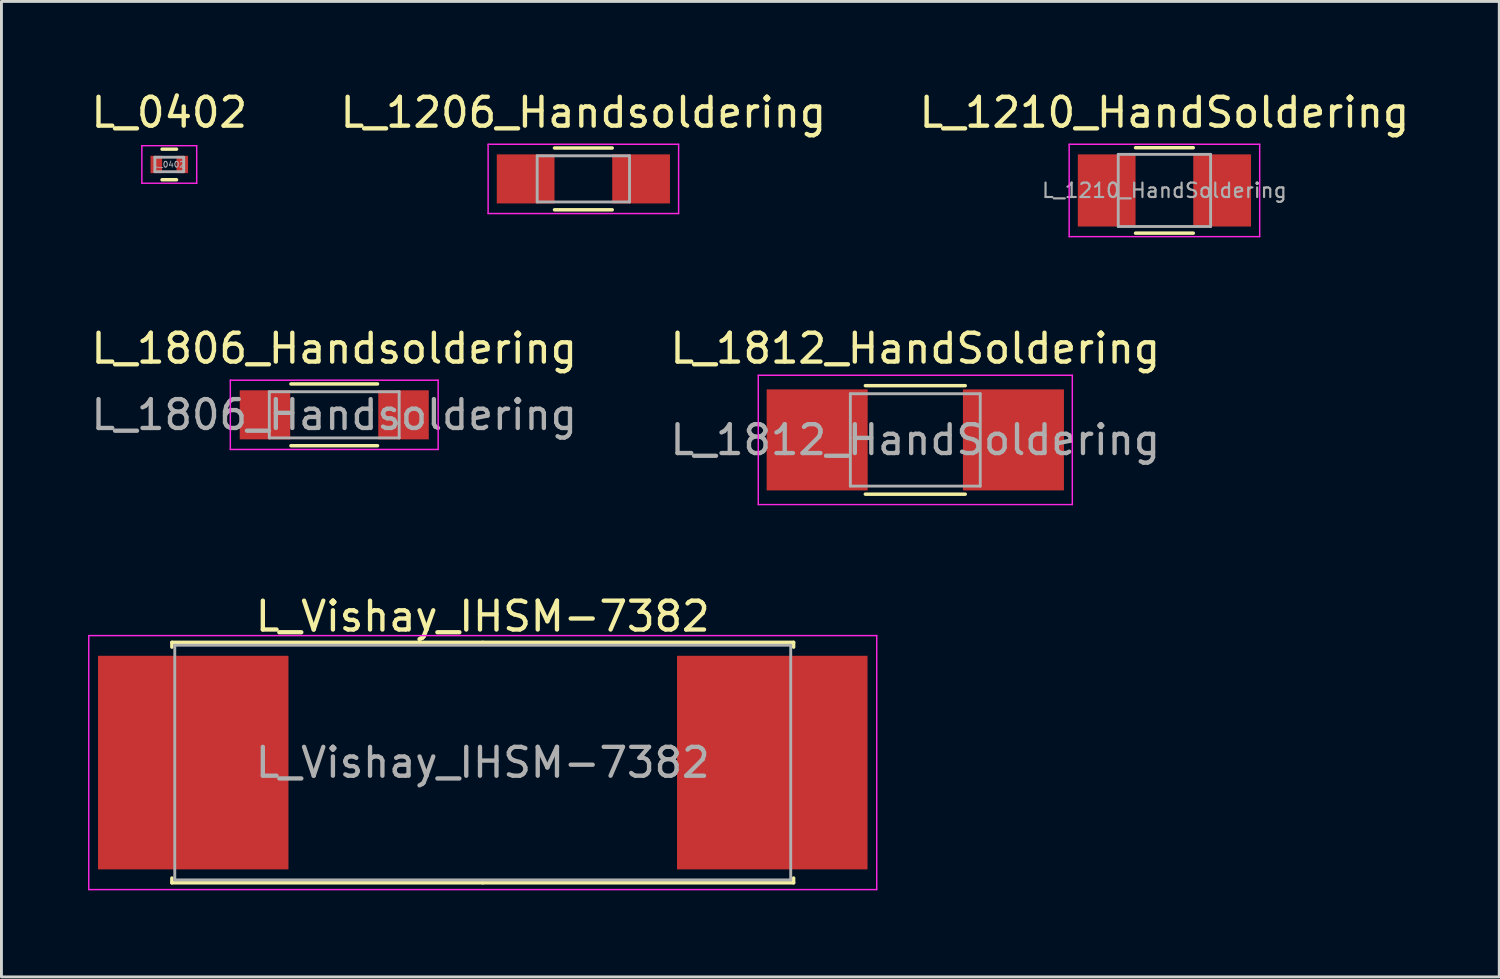
<source format=kicad_pcb>
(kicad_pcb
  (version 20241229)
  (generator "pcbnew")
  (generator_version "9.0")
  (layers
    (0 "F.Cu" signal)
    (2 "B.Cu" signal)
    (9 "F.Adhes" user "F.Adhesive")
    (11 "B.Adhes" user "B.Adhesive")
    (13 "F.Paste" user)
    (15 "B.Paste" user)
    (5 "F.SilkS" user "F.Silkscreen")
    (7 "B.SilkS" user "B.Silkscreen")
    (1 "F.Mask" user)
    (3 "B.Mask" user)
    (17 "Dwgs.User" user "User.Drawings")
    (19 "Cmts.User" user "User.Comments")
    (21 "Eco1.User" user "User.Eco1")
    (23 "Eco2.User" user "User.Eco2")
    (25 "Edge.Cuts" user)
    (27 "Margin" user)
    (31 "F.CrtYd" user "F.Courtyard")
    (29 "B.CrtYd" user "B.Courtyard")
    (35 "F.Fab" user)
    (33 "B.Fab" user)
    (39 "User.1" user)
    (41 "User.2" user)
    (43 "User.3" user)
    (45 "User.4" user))
  (footprint "L_1206_Handsoldering"
    (layer "F.Cu")
    (at 17.161 3.148)
    (property "Reference" "L_1206_Handsoldering" (at 0 -2.3 0) (layer "F.SilkS") (effects (font (size 1 1) (thickness 0.15))))
    (attr smd)
    (fp_line (start -1 -1.07) (end 1 -1.07) (stroke (width 0.12) (type solid)) (layer "F.SilkS"))
    (fp_line (start 1 1.07) (end -1 1.07) (stroke (width 0.12) (type solid)) (layer "F.SilkS"))
    (fp_line (start -3.3 -1.2) (end -3.3 1.2) (stroke (width 0.05) (type solid)) (layer "F.CrtYd"))
    (fp_line (start -3.3 -1.2) (end 3.3 -1.2) (stroke (width 0.05) (type solid)) (layer "F.CrtYd"))
    (fp_line (start -3.3 1.2) (end 3.3 1.2) (stroke (width 0.05) (type solid)) (layer "F.CrtYd"))
    (fp_line (start 3.3 -1.2) (end 3.3 1.2) (stroke (width 0.05) (type solid)) (layer "F.CrtYd"))
    (fp_line (start -1.6 -0.8) (end 1.6 -0.8) (stroke (width 0.1) (type solid)) (layer "F.Fab"))
    (fp_line (start -1.6 0.8) (end -1.6 -0.8) (stroke (width 0.1) (type solid)) (layer "F.Fab"))
    (fp_line (start 1.6 -0.8) (end 1.6 0.8) (stroke (width 0.1) (type solid)) (layer "F.Fab"))
    (fp_line (start 1.6 0.8) (end -1.6 0.8) (stroke (width 0.1) (type solid)) (layer "F.Fab"))
    (pad "1" smd rect (at -2 0) (size 2 1.7) (layers "F.Cu" "F.Mask" "F.Paste"))
    (pad "2" smd rect (at 2 0) (size 2 1.7) (layers "F.Cu" "F.Mask" "F.Paste")))
  (footprint "L_0402"
    (layer "F.Cu")
    (at 2.815 2.648)
    (property "Reference" "L_0402" (at 0 -1.8 0) (layer "F.SilkS") (effects (font (size 1 1) (thickness 0.15))))
    (attr smd)
    (fp_line (start -0.25 0.53) (end 0.25 0.53) (stroke (width 0.12) (type solid)) (layer "F.SilkS"))
    (fp_line (start 0.25 -0.53) (end -0.25 -0.53) (stroke (width 0.12) (type solid)) (layer "F.SilkS"))
    (fp_line (start -0.95 -0.65) (end -0.95 0.65) (stroke (width 0.05) (type solid)) (layer "F.CrtYd"))
    (fp_line (start -0.95 -0.65) (end 0.95 -0.65) (stroke (width 0.05) (type solid)) (layer "F.CrtYd"))
    (fp_line (start -0.95 0.65) (end 0.95 0.65) (stroke (width 0.05) (type solid)) (layer "F.CrtYd"))
    (fp_line (start 0.95 -0.65) (end 0.95 0.65) (stroke (width 0.05) (type solid)) (layer "F.CrtYd"))
    (fp_line (start -0.5 -0.25) (end 0.5 -0.25) (stroke (width 0.1) (type solid)) (layer "F.Fab"))
    (fp_line (start -0.5 0.25) (end -0.5 -0.25) (stroke (width 0.1) (type solid)) (layer "F.Fab"))
    (fp_line (start 0.5 -0.25) (end 0.5 0.25) (stroke (width 0.1) (type solid)) (layer "F.Fab"))
    (fp_line (start 0.5 0.25) (end -0.5 0.25) (stroke (width 0.1) (type solid)) (layer "F.Fab"))
    (fp_text user "${REFERENCE}" (at 0 0 0) (layer "F.Fab") (effects (font (size 0.2 0.2) (thickness 0.03))))
    (pad "1" smd rect (at -0.45 0) (size 0.4 0.6) (layers "F.Cu" "F.Mask" "F.Paste"))
    (pad "2" smd rect (at 0.45 0) (size 0.4 0.6) (layers "F.Cu" "F.Mask" "F.Paste")))
  (footprint "L_1210_HandSoldering"
    (layer "F.Cu")
    (at 37.292 3.548)
    (property "Reference" "L_1210_HandSoldering" (at 0 -2.7 0) (layer "F.SilkS") (effects (font (size 1 1) (thickness 0.15))))
    (attr smd)
    (fp_line (start -1 -1.48) (end 1 -1.48) (stroke (width 0.12) (type solid)) (layer "F.SilkS"))
    (fp_line (start 1 1.48) (end -1 1.48) (stroke (width 0.12) (type solid)) (layer "F.SilkS"))
    (fp_line (start -3.3 -1.6) (end -3.3 1.6) (stroke (width 0.05) (type solid)) (layer "F.CrtYd"))
    (fp_line (start -3.3 -1.6) (end 3.3 -1.6) (stroke (width 0.05) (type solid)) (layer "F.CrtYd"))
    (fp_line (start -3.3 1.6) (end 3.3 1.6) (stroke (width 0.05) (type solid)) (layer "F.CrtYd"))
    (fp_line (start 3.3 -1.6) (end 3.3 1.6) (stroke (width 0.05) (type solid)) (layer "F.CrtYd"))
    (fp_line (start -1.6 -1.25) (end 1.6 -1.25) (stroke (width 0.1) (type solid)) (layer "F.Fab"))
    (fp_line (start -1.6 1.25) (end -1.6 -1.25) (stroke (width 0.1) (type solid)) (layer "F.Fab"))
    (fp_line (start 1.6 -1.25) (end 1.6 1.25) (stroke (width 0.1) (type solid)) (layer "F.Fab"))
    (fp_line (start 1.6 1.25) (end -1.6 1.25) (stroke (width 0.1) (type solid)) (layer "F.Fab"))
    (fp_text user "${REFERENCE}" (at 0 0 0) (layer "F.Fab") (effects (font (size 0.5 0.5) (thickness 0.075))))
    (pad "1" smd rect (at -2 0) (size 2 2.5) (layers "F.Cu" "F.Mask" "F.Paste"))
    (pad "2" smd rect (at 2 0) (size 2 2.5) (layers "F.Cu" "F.Mask" "F.Paste")))
  (footprint "L_1812_HandSoldering"
    (layer "F.Cu")
    (at 28.661 12.191)
    (property "Reference" "L_1812_HandSoldering" (at 0 -3.17 0) (layer "F.SilkS") (effects (font (size 1 1) (thickness 0.15))))
    (attr smd)
    (fp_line (start -1.73 -1.88) (end 1.73 -1.88) (stroke (width 0.12) (type solid)) (layer "F.SilkS"))
    (fp_line (start -1.73 1.88) (end 1.73 1.88) (stroke (width 0.12) (type solid)) (layer "F.SilkS"))
    (fp_line (start -5.44 -2.24) (end 5.44 -2.24) (stroke (width 0.05) (type solid)) (layer "F.CrtYd"))
    (fp_line (start -5.44 2.24) (end -5.44 -2.24) (stroke (width 0.05) (type solid)) (layer "F.CrtYd"))
    (fp_line (start 5.44 -2.24) (end 5.44 2.24) (stroke (width 0.05) (type solid)) (layer "F.CrtYd"))
    (fp_line (start 5.44 2.24) (end -5.44 2.24) (stroke (width 0.05) (type solid)) (layer "F.CrtYd"))
    (fp_line (start -2.25 -1.6) (end 2.25 -1.6) (stroke (width 0.1) (type solid)) (layer "F.Fab"))
    (fp_line (start -2.25 1.6) (end -2.25 -1.6) (stroke (width 0.1) (type solid)) (layer "F.Fab"))
    (fp_line (start 2.25 -1.6) (end 2.25 1.6) (stroke (width 0.1) (type solid)) (layer "F.Fab"))
    (fp_line (start 2.25 1.6) (end -2.25 1.6) (stroke (width 0.1) (type solid)) (layer "F.Fab"))
    (fp_text user "${REFERENCE}" (at 0 0 0) (layer "F.Fab") (effects (font (size 1 1) (thickness 0.15))))
    (pad "1" smd rect (at -3.4 0) (size 3.5 3.5) (layers "F.Cu" "F.Mask" "F.Paste"))
    (pad "2" smd rect (at 3.4 0) (size 3.5 3.5) (layers "F.Cu" "F.Mask" "F.Paste")))
  (footprint "L_Vishay_IHSM-7382"
    (layer "F.Cu")
    (at 13.675 23.37)
    (property "Reference" "L_Vishay_IHSM-7382" (at 0 -5.065 0) (layer "F.SilkS") (effects (font (size 1 1) (thickness 0.15))))
    (attr smd)
    (fp_line (start -10.77 -4.165) (end 0 -4.165) (stroke (width 0.12) (type solid)) (layer "F.SilkS"))
    (fp_line (start -10.77 -4) (end -10.77 -4.165) (stroke (width 0.12) (type solid)) (layer "F.SilkS"))
    (fp_line (start -10.77 4) (end -10.77 4.165) (stroke (width 0.12) (type solid)) (layer "F.SilkS"))
    (fp_line (start -10.77 4.165) (end 0 4.165) (stroke (width 0.12) (type solid)) (layer "F.SilkS"))
    (fp_line (start 10.77 -4.165) (end 0 -4.165) (stroke (width 0.12) (type solid)) (layer "F.SilkS"))
    (fp_line (start 10.77 -4) (end 10.77 -4.165) (stroke (width 0.12) (type solid)) (layer "F.SilkS"))
    (fp_line (start 10.77 4) (end 10.77 4.165) (stroke (width 0.12) (type solid)) (layer "F.SilkS"))
    (fp_line (start 10.77 4.165) (end 0 4.165) (stroke (width 0.12) (type solid)) (layer "F.SilkS"))
    (fp_line (start -13.65 -4.4) (end -13.65 4.4) (stroke (width 0.05) (type solid)) (layer "F.CrtYd"))
    (fp_line (start -13.65 4.4) (end 13.65 4.4) (stroke (width 0.05) (type solid)) (layer "F.CrtYd"))
    (fp_line (start 13.65 -4.4) (end -13.65 -4.4) (stroke (width 0.05) (type solid)) (layer "F.CrtYd"))
    (fp_line (start 13.65 4.4) (end 13.65 -4.4) (stroke (width 0.05) (type solid)) (layer "F.CrtYd"))
    (fp_line (start -10.67 -4.065) (end -10.67 4.065) (stroke (width 0.1) (type solid)) (layer "F.Fab"))
    (fp_line (start -10.67 4.065) (end 10.67 4.065) (stroke (width 0.1) (type solid)) (layer "F.Fab"))
    (fp_line (start 10.67 -4.065) (end -10.67 -4.065) (stroke (width 0.1) (type solid)) (layer "F.Fab"))
    (fp_line (start 10.67 4.065) (end 10.67 -4.065) (stroke (width 0.1) (type solid)) (layer "F.Fab"))
    (fp_text user "${REFERENCE}" (at 0 0 0) (layer "F.Fab") (effects (font (size 1 1) (thickness 0.15))))
    (pad "1" smd rect (at -10.031 0) (size 6.6 7.4) (layers "F.Cu" "F.Mask" "F.Paste"))
    (pad "2" smd rect (at 10.031 0) (size 6.6 7.4) (layers "F.Cu" "F.Mask" "F.Paste")))
  (footprint "L_1806_Handsoldering"
    (layer "F.Cu")
    (at 8.53 11.322)
    (property "Reference" "L_1806_Handsoldering" (at 0 -2.3 0) (layer "F.SilkS") (effects (font (size 1 1) (thickness 0.15))))
    (attr smd)
    (fp_line (start -1.5 -1.07) (end 1.5 -1.07) (stroke (width 0.12) (type solid)) (layer "F.SilkS"))
    (fp_line (start 1.5 1.07) (end -1.5 1.07) (stroke (width 0.12) (type solid)) (layer "F.SilkS"))
    (fp_line (start -3.6 -1.2) (end -3.6 1.2) (stroke (width 0.05) (type solid)) (layer "F.CrtYd"))
    (fp_line (start -3.6 -1.2) (end 3.6 -1.2) (stroke (width 0.05) (type solid)) (layer "F.CrtYd"))
    (fp_line (start -3.6 1.2) (end 3.6 1.2) (stroke (width 0.05) (type solid)) (layer "F.CrtYd"))
    (fp_line (start 3.6 -1.2) (end 3.6 1.2) (stroke (width 0.05) (type solid)) (layer "F.CrtYd"))
    (fp_line (start -2.25 -0.8) (end 2.25 -0.8) (stroke (width 0.1) (type solid)) (layer "F.Fab"))
    (fp_line (start -2.25 0.8) (end -2.25 -0.8) (stroke (width 0.1) (type solid)) (layer "F.Fab"))
    (fp_line (start 2.25 -0.8) (end 2.25 0.8) (stroke (width 0.1) (type solid)) (layer "F.Fab"))
    (fp_line (start 2.25 0.8) (end -2.25 0.8) (stroke (width 0.1) (type solid)) (layer "F.Fab"))
    (fp_text user "${REFERENCE}" (at 0 0 0) (layer "F.Fab") (effects (font (size 1 1) (thickness 0.15))))
    (pad "1" smd rect (at -2.4 0) (size 1.75 1.7) (layers "F.Cu" "F.Mask" "F.Paste"))
    (pad "2" smd rect (at 2.4 0) (size 1.75 1.7) (layers "F.Cu" "F.Mask" "F.Paste")))
  (gr_rect
    (start -3 -3)
    (end 48.893 30.795)
    (stroke (width 0.1) (type default))
    (fill no)
    (layer "Edge.Cuts")))
</source>
